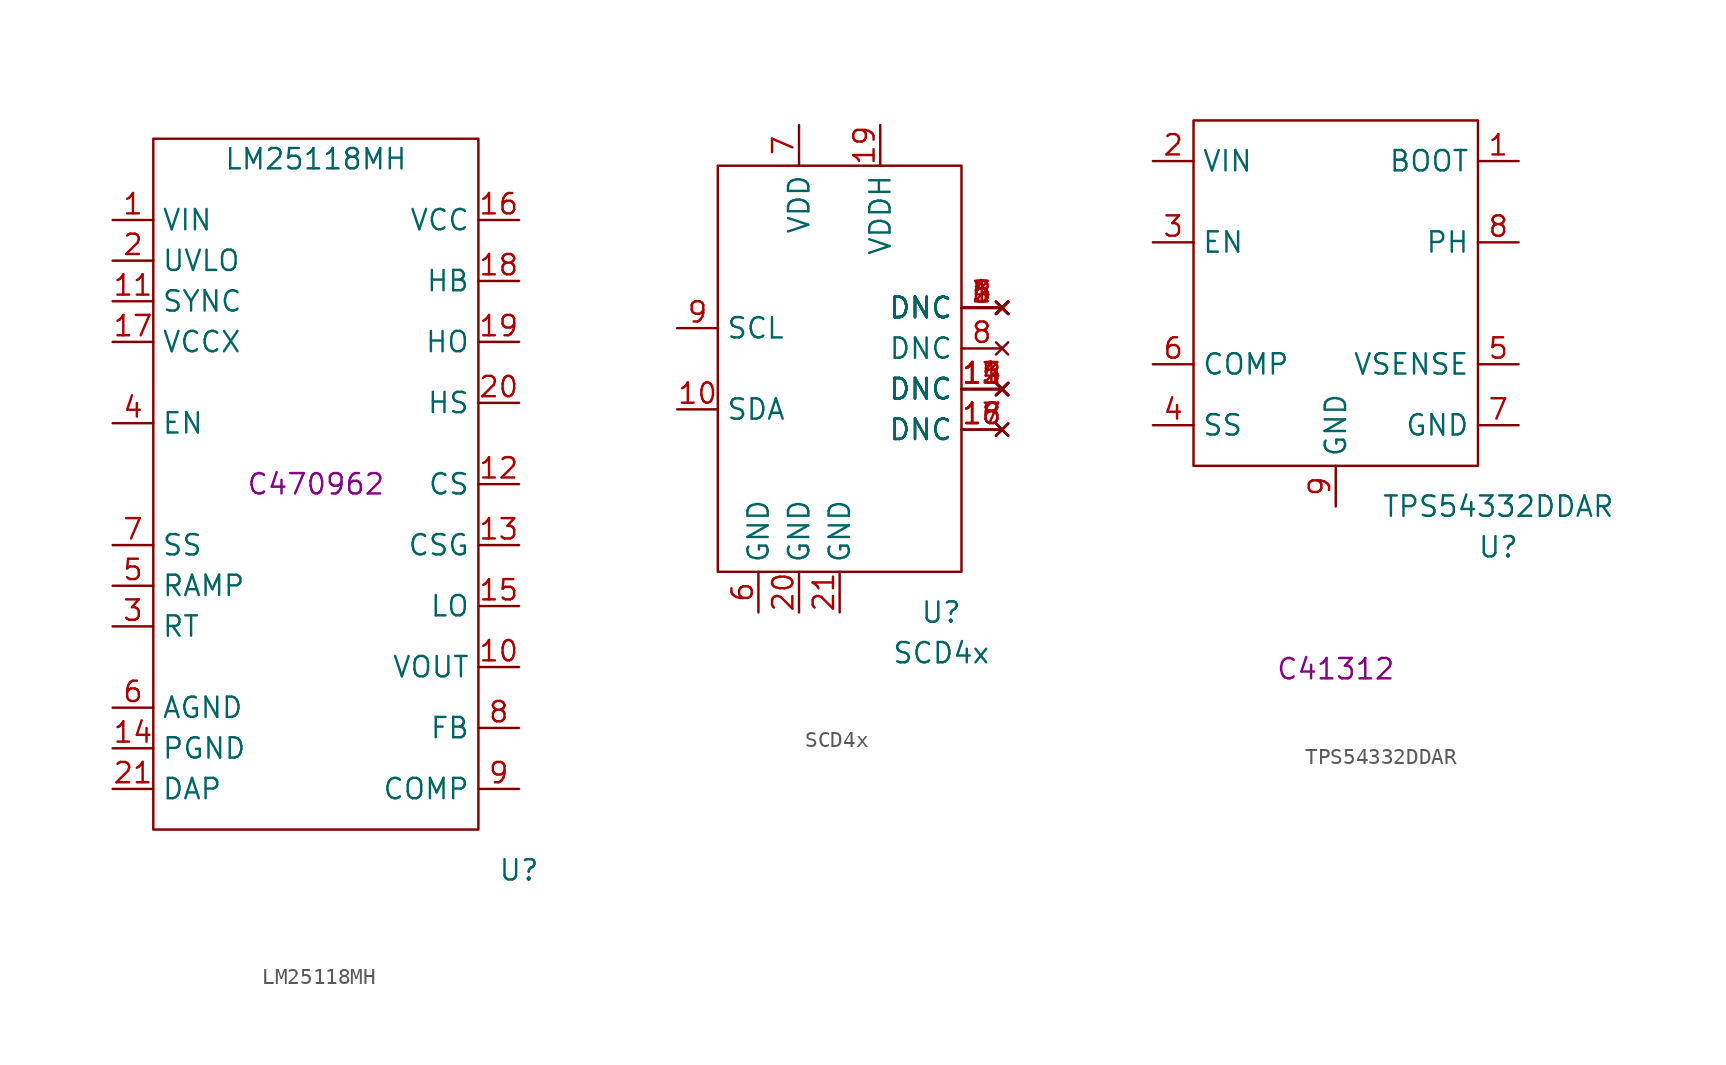
<source format=kicad_sym>
(kicad_symbol_lib
  (version 20211014)
  (generator kicad_symbol_editor)
  (symbol "LM25118MH"
    (property "Reference" "U"
      (at 12.7 -24.13 0)
      (effects (font (size 1.27 1.27))))
    (property "Value" "LM25118MH"
      (at 0 20.32 0)
      (effects (font (size 1.27 1.27))))
    (property "LCSC" "C470962"
      (at 0 0 0)
      (effects (font (size 1.27 1.27))))
    (symbol "LM25118MH_0_1"
      (rectangle (start -10.16 21.59) (end 10.16 -21.59) (stroke (width 0) (type default) (color 0 0 0 0)) (fill (type none))))
    (symbol "LM25118MH_1_1"
      (pin power_in line (at -12.7 16.51 0) (length 2.54) (name "VIN" (effects (font (size 1.27 1.27)))) (number "1" (effects (font (size 1.27 1.27)))))
      (pin input line (at 12.7 -11.43 180) (length 2.54) (name "VOUT" (effects (font (size 1.27 1.27)))) (number "10" (effects (font (size 1.27 1.27)))))
      (pin input line (at -12.7 11.43 0) (length 2.54) (name "SYNC" (effects (font (size 1.27 1.27)))) (number "11" (effects (font (size 1.27 1.27)))))
      (pin input line (at 12.7 0 180) (length 2.54) (name "CS" (effects (font (size 1.27 1.27)))) (number "12" (effects (font (size 1.27 1.27)))))
      (pin input line (at 12.7 -3.81 180) (length 2.54) (name "CSG" (effects (font (size 1.27 1.27)))) (number "13" (effects (font (size 1.27 1.27)))))
      (pin power_out line (at -12.7 -16.51 0) (length 2.54) (name "PGND" (effects (font (size 1.27 1.27)))) (number "14" (effects (font (size 1.27 1.27)))))
      (pin power_out line (at 12.7 -7.62 180) (length 2.54) (name "LO" (effects (font (size 1.27 1.27)))) (number "15" (effects (font (size 1.27 1.27)))))
      (pin power_out line (at 12.7 16.51 180) (length 2.54) (name "VCC" (effects (font (size 1.27 1.27)))) (number "16" (effects (font (size 1.27 1.27)))))
      (pin input line (at -12.7 8.89 0) (length 2.54) (name "VCCX" (effects (font (size 1.27 1.27)))) (number "17" (effects (font (size 1.27 1.27)))))
      (pin bidirectional line (at 12.7 12.7 180) (length 2.54) (name "HB" (effects (font (size 1.27 1.27)))) (number "18" (effects (font (size 1.27 1.27)))))
      (pin output line (at 12.7 8.89 180) (length 2.54) (name "HO" (effects (font (size 1.27 1.27)))) (number "19" (effects (font (size 1.27 1.27)))))
      (pin input line (at -12.7 13.97 0) (length 2.54) (name "UVLO" (effects (font (size 1.27 1.27)))) (number "2" (effects (font (size 1.27 1.27)))))
      (pin input line (at 12.7 5.08 180) (length 2.54) (name "HS" (effects (font (size 1.27 1.27)))) (number "20" (effects (font (size 1.27 1.27)))))
      (pin power_out line (at -12.7 -19.05 0) (length 2.54) (name "DAP" (effects (font (size 1.27 1.27)))) (number "21" (effects (font (size 1.27 1.27)))))
      (pin bidirectional line (at -12.7 -8.89 0) (length 2.54) (name "RT" (effects (font (size 1.27 1.27)))) (number "3" (effects (font (size 1.27 1.27)))))
      (pin input line (at -12.7 3.81 0) (length 2.54) (name "EN" (effects (font (size 1.27 1.27)))) (number "4" (effects (font (size 1.27 1.27)))))
      (pin bidirectional line (at -12.7 -6.35 0) (length 2.54) (name "RAMP" (effects (font (size 1.27 1.27)))) (number "5" (effects (font (size 1.27 1.27)))))
      (pin power_out line (at -12.7 -13.97 0) (length 2.54) (name "AGND" (effects (font (size 1.27 1.27)))) (number "6" (effects (font (size 1.27 1.27)))))
      (pin bidirectional line (at -12.7 -3.81 0) (length 2.54) (name "SS" (effects (font (size 1.27 1.27)))) (number "7" (effects (font (size 1.27 1.27)))))
      (pin input line (at 12.7 -15.24 180) (length 2.54) (name "FB" (effects (font (size 1.27 1.27)))) (number "8" (effects (font (size 1.27 1.27)))))
      (pin input line (at 12.7 -19.05 180) (length 2.54) (name "COMP" (effects (font (size 1.27 1.27)))) (number "9" (effects (font (size 1.27 1.27)))))))
  (symbol "SCD4x"
    (property "Reference" "U"
      (at 6.35 -15.24 0)
      (effects (font (size 1.27 1.27))))
    (property "Value" "SCD4x"
      (at 6.35 -17.78 0)
      (effects (font (size 1.27 1.27))))
    (symbol "SCD4x_0_1"
      (rectangle (start -7.62 12.7) (end 7.62 -12.7) (stroke (width 0) (type default) (color 0 0 0 0)) (fill (type none))))
    (symbol "SCD4x_1_1"
      (pin no_connect line (at 10.16 3.81 180) (length 2.54) (name "DNC" (effects (font (size 1.27 1.27)))) (number "1" (effects (font (size 1.27 1.27)))))
      (pin open_collector line (at -10.16 -2.54 0) (length 2.54) (name "SDA" (effects (font (size 1.27 1.27)))) (number "10" (effects (font (size 1.27 1.27)))))
      (pin no_connect line (at 10.16 -1.27 180) (length 2.54) (name "DNC" (effects (font (size 1.27 1.27)))) (number "11" (effects (font (size 1.27 1.27)))))
      (pin no_connect line (at 10.16 -1.27 180) (length 2.54) (name "DNC" (effects (font (size 1.27 1.27)))) (number "12" (effects (font (size 1.27 1.27)))))
      (pin no_connect line (at 10.16 -1.27 180) (length 2.54) (name "DNC" (effects (font (size 1.27 1.27)))) (number "13" (effects (font (size 1.27 1.27)))))
      (pin no_connect line (at 10.16 -1.27 180) (length 2.54) (name "DNC" (effects (font (size 1.27 1.27)))) (number "14" (effects (font (size 1.27 1.27)))))
      (pin no_connect line (at 10.16 -1.27 180) (length 2.54) (name "DNC" (effects (font (size 1.27 1.27)))) (number "15" (effects (font (size 1.27 1.27)))))
      (pin no_connect line (at 10.16 -3.81 180) (length 2.54) (name "DNC" (effects (font (size 1.27 1.27)))) (number "16" (effects (font (size 1.27 1.27)))))
      (pin no_connect line (at 10.16 -3.81 180) (length 2.54) (name "DNC" (effects (font (size 1.27 1.27)))) (number "17" (effects (font (size 1.27 1.27)))))
      (pin no_connect line (at 10.16 -3.81 180) (length 2.54) (name "DNC" (effects (font (size 1.27 1.27)))) (number "18" (effects (font (size 1.27 1.27)))))
      (pin power_in line (at 2.54 15.24 270) (length 2.54) (name "VDDH" (effects (font (size 1.27 1.27)))) (number "19" (effects (font (size 1.27 1.27)))))
      (pin no_connect line (at 10.16 3.81 180) (length 2.54) (name "DNC" (effects (font (size 1.27 1.27)))) (number "2" (effects (font (size 1.27 1.27)))))
      (pin power_out line (at -2.54 -15.24 90) (length 2.54) (name "GND" (effects (font (size 1.27 1.27)))) (number "20" (effects (font (size 1.27 1.27)))))
      (pin power_out line (at 0 -15.24 90) (length 2.54) (name "GND" (effects (font (size 1.27 1.27)))) (number "21" (effects (font (size 1.27 1.27)))))
      (pin no_connect line (at 10.16 3.81 180) (length 2.54) (name "DNC" (effects (font (size 1.27 1.27)))) (number "3" (effects (font (size 1.27 1.27)))))
      (pin no_connect line (at 10.16 3.81 180) (length 2.54) (name "DNC" (effects (font (size 1.27 1.27)))) (number "4" (effects (font (size 1.27 1.27)))))
      (pin no_connect line (at 10.16 3.81 180) (length 2.54) (name "DNC" (effects (font (size 1.27 1.27)))) (number "5" (effects (font (size 1.27 1.27)))))
      (pin no_connect line (at 10.16 3.81 180) (length 2.54) (name "DNC" (effects (font (size 1.27 1.27)))) (number "6" (effects (font (size 1.27 1.27)))))
      (pin power_out line (at -5.08 -15.24 90) (length 2.54) (name "GND" (effects (font (size 1.27 1.27)))) (number "6" (effects (font (size 1.27 1.27)))))
      (pin power_in line (at -2.54 15.24 270) (length 2.54) (name "VDD" (effects (font (size 1.27 1.27)))) (number "7" (effects (font (size 1.27 1.27)))))
      (pin no_connect line (at 10.16 1.27 180) (length 2.54) (name "DNC" (effects (font (size 1.27 1.27)))) (number "8" (effects (font (size 1.27 1.27)))))
      (pin open_collector line (at -10.16 2.54 0) (length 2.54) (name "SCL" (effects (font (size 1.27 1.27)))) (number "9" (effects (font (size 1.27 1.27)))))))
  (symbol "TPS54332DDAR"
    (property "Reference" "U"
      (at 10.16 -15.24 0)
      (effects (font (size 1.27 1.27))))
    (property "Value" "TPS54332DDAR"
      (at 10.16 -12.7 0)
      (effects (font (size 1.27 1.27))))
    (property "LCSC" "C41312"
      (at 0 -22.86 0)
      (effects (font (size 1.27 1.27))))
    (symbol "TPS54332DDAR_0_1"
      (rectangle (start -8.89 11.43) (end 8.89 -10.16) (stroke (width 0) (type default) (color 0 0 0 0)) (fill (type none))))
    (symbol "TPS54332DDAR_1_1"
      (pin input line (at 11.43 8.89 180) (length 2.54) (name "BOOT" (effects (font (size 1.27 1.27)))) (number "1" (effects (font (size 1.27 1.27)))))
      (pin power_in line (at -11.43 8.89 0) (length 2.54) (name "VIN" (effects (font (size 1.27 1.27)))) (number "2" (effects (font (size 1.27 1.27)))))
      (pin input line (at -11.43 3.81 0) (length 2.54) (name "EN" (effects (font (size 1.27 1.27)))) (number "3" (effects (font (size 1.27 1.27)))))
      (pin bidirectional line (at -11.43 -7.62 0) (length 2.54) (name "SS" (effects (font (size 1.27 1.27)))) (number "4" (effects (font (size 1.27 1.27)))))
      (pin input line (at 11.43 -3.81 180) (length 2.54) (name "VSENSE" (effects (font (size 1.27 1.27)))) (number "5" (effects (font (size 1.27 1.27)))))
      (pin input line (at -11.43 -3.81 0) (length 2.54) (name "COMP" (effects (font (size 1.27 1.27)))) (number "6" (effects (font (size 1.27 1.27)))))
      (pin power_in line (at 11.43 -7.62 180) (length 2.54) (name "GND" (effects (font (size 1.27 1.27)))) (number "7" (effects (font (size 1.27 1.27)))))
      (pin power_out line (at 11.43 3.81 180) (length 2.54) (name "PH" (effects (font (size 1.27 1.27)))) (number "8" (effects (font (size 1.27 1.27)))))
      (pin power_in line (at 0 -12.7 90) (length 2.54) (name "GND" (effects (font (size 1.27 1.27)))) (number "9" (effects (font (size 1.27 1.27))))))))
</source>
